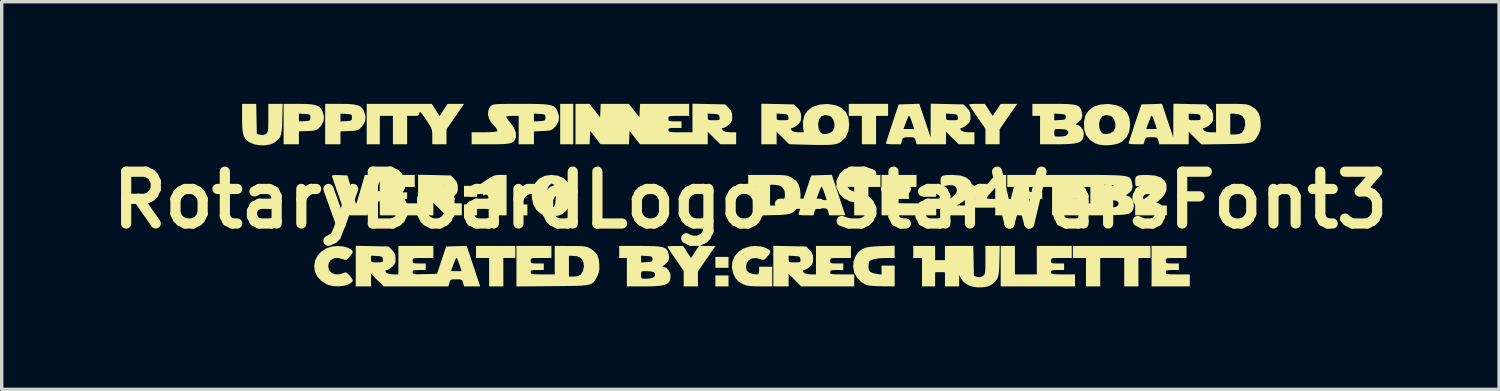
<source format=kicad_pcb>
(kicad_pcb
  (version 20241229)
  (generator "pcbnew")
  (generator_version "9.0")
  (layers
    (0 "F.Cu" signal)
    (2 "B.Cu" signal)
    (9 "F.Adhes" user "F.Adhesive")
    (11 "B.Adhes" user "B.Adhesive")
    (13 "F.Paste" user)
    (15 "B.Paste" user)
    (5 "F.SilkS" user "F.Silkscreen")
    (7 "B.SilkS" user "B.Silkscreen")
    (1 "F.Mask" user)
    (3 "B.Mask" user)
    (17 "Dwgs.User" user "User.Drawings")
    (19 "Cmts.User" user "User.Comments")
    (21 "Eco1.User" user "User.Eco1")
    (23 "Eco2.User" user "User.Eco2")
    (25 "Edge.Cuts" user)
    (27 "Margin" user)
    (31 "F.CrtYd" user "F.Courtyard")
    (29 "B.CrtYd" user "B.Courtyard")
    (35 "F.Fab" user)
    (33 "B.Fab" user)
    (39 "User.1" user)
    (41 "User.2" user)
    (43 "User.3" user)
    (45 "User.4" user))
  (footprint "RotaryBoardLogo-StarWarsFont3"
    (layer "F.Cu")
    (at 19.021 2.834)
    (property "Reference" "RotaryBoardLogo-StarWarsFont3" (at 0 0 0) (layer "F.SilkS") (effects (font (size 1.524 1.524) (thickness 0.3))))
    (attr board_only exclude_from_pos_files exclude_from_bom)
    (fp_poly (pts (xy -8.038 -0.096) (xy -8.424 -0.096) (xy -8.424 -0.418) (xy -8.038 -0.418)) (stroke (width 0) (type solid)) (fill yes) (layer "F.SilkS"))
    (fp_poly (pts (xy -8.038 0.45) (xy -8.424 0.45) (xy -8.424 0.129) (xy -8.038 0.129)) (stroke (width 0) (type solid)) (fill yes) (layer "F.SilkS"))
    (fp_poly (pts (xy -6.559 0.45) (xy -6.945 0.45) (xy -6.945 0.129) (xy -6.559 0.129)) (stroke (width 0) (type solid)) (fill yes) (layer "F.SilkS"))
    (fp_poly (pts (xy -5.209 -1.64) (xy -5.594 -1.64) (xy -5.594 -2.829) (xy -5.209 -2.829)) (stroke (width 0) (type solid)) (fill yes) (layer "F.SilkS"))
    (fp_poly (pts (xy -0.643 1.993) (xy -1.029 1.993) (xy -1.029 1.672) (xy -0.643 1.672)) (stroke (width 0) (type solid)) (fill yes) (layer "F.SilkS"))
    (fp_poly (pts (xy -0.643 2.54) (xy -1.029 2.54) (xy -1.029 2.218) (xy -0.643 2.218)) (stroke (width 0) (type solid)) (fill yes) (layer "F.SilkS"))
    (fp_poly (pts (xy 5.466 -0.096) (xy 5.08 -0.096) (xy 5.08 -0.418) (xy 5.466 -0.418)) (stroke (width 0) (type solid)) (fill yes) (layer "F.SilkS"))
    (fp_poly (pts (xy 5.466 0.45) (xy 5.08 0.45) (xy 5.08 0.129) (xy 5.466 0.129)) (stroke (width 0) (type solid)) (fill yes) (layer "F.SilkS"))
    (fp_poly (pts (xy -6.913 1.704) (xy -7.266 1.704) (xy -7.266 2.54) (xy -7.684 2.54) (xy -7.684 1.704) (xy -8.07 1.704) (xy -8.07 1.35) (xy -6.913 1.35)) (stroke (width 0) (type solid)) (fill yes) (layer "F.SilkS"))
    (fp_poly (pts (xy 3.826 -0.386) (xy 3.472 -0.386) (xy 3.472 0.45) (xy 3.054 0.45) (xy 3.054 -0.386) (xy 2.669 -0.386) (xy 2.669 -0.739) (xy 3.826 -0.739)) (stroke (width 0) (type solid)) (fill yes) (layer "F.SilkS"))
    (fp_poly (pts (xy 4.051 -2.476) (xy 3.697 -2.476) (xy 3.697 -1.64) (xy 3.279 -1.64) (xy 3.279 -2.476) (xy 2.894 -2.476) (xy 2.894 -2.829) (xy 4.051 -2.829)) (stroke (width 0) (type solid)) (fill yes) (layer "F.SilkS"))
    (fp_poly (pts (xy 11.768 1.704) (xy 11.414 1.704) (xy 11.414 2.54) (xy 10.996 2.54) (xy 10.996 1.704) (xy 10.289 1.704) (xy 10.289 2.54) (xy 9.871 2.54) (xy 9.871 1.704) (xy 9.485 1.704) (xy 9.485 1.35) (xy 11.768 1.35)) (stroke (width 0) (type solid)) (fill yes) (layer "F.SilkS"))
    (fp_poly (pts (xy -1.285 1.726) (xy -1.543 2.101) (xy -1.543 2.54) (xy -1.961 2.54) (xy -1.961 2.083) (xy -2.202 1.734) (xy -2.292 1.604) (xy -2.366 1.492) (xy -2.419 1.411) (xy -2.443 1.37) (xy -2.444 1.368) (xy -2.414 1.359) (xy -2.336 1.353) (xy -2.226 1.351) (xy -2.21 1.351) (xy -1.977 1.351) (xy -1.862 1.529) (xy -1.747 1.706) (xy -1.629 1.528) (xy -1.51 1.35) (xy -1.026 1.35)) (stroke (width 0) (type solid)) (fill yes) (layer "F.SilkS"))
    (fp_poly (pts (xy 7.589 -2.454) (xy 7.331 -2.079) (xy 7.331 -1.64) (xy 6.913 -1.64) (xy 6.913 -2.097) (xy 6.672 -2.446) (xy 6.582 -2.576) (xy 6.508 -2.687) (xy 6.455 -2.768) (xy 6.431 -2.809) (xy 6.43 -2.812) (xy 6.46 -2.82) (xy 6.538 -2.826) (xy 6.648 -2.829) (xy 6.663 -2.829) (xy 6.897 -2.829) (xy 7.012 -2.651) (xy 7.127 -2.473) (xy 7.245 -2.651) (xy 7.363 -2.829) (xy 7.848 -2.829)) (stroke (width 0) (type solid)) (fill yes) (layer "F.SilkS"))
    (fp_poly (pts (xy -7.17 0.45) (xy -7.588 0.45) (xy -7.588 0.08) (xy -7.589 -0.065) (xy -7.593 -0.184) (xy -7.599 -0.263) (xy -7.606 -0.289) (xy -7.641 -0.272) (xy -7.706 -0.227) (xy -7.734 -0.205) (xy -7.844 -0.122) (xy -7.909 -0.272) (xy -7.946 -0.361) (xy -7.969 -0.421) (xy -7.974 -0.436) (xy -7.949 -0.459) (xy -7.883 -0.507) (xy -7.789 -0.573) (xy -7.757 -0.594) (xy -7.641 -0.669) (xy -7.555 -0.712) (xy -7.475 -0.733) (xy -7.381 -0.739) (xy -7.355 -0.739) (xy -7.17 -0.739)) (stroke (width 0) (type solid)) (fill yes) (layer "F.SilkS"))
    (fp_poly (pts (xy 4.887 -0.386) (xy 4.582 -0.386) (xy 4.44 -0.385) (xy 4.351 -0.381) (xy 4.302 -0.371) (xy 4.281 -0.352) (xy 4.276 -0.319) (xy 4.276 -0.305) (xy 4.28 -0.261) (xy 4.303 -0.237) (xy 4.358 -0.227) (xy 4.462 -0.225) (xy 4.469 -0.225) (xy 4.662 -0.225) (xy 4.662 -0.032) (xy 4.469 -0.032) (xy 4.361 -0.03) (xy 4.303 -0.019) (xy 4.28 0.004) (xy 4.276 0.032) (xy 4.28 0.06) (xy 4.3 0.079) (xy 4.346 0.09) (xy 4.43 0.095) (xy 4.563 0.096) (xy 4.63 0.096) (xy 4.984 0.096) (xy 4.984 0.45) (xy 3.858 0.45) (xy 3.858 -0.739) (xy 4.887 -0.739)) (stroke (width 0) (type solid)) (fill yes) (layer "F.SilkS"))
    (fp_poly (pts (xy 12.829 1.704) (xy 12.523 1.704) (xy 12.382 1.705) (xy 12.292 1.708) (xy 12.243 1.719) (xy 12.223 1.738) (xy 12.218 1.771) (xy 12.218 1.784) (xy 12.222 1.829) (xy 12.244 1.853) (xy 12.3 1.863) (xy 12.404 1.865) (xy 12.411 1.865) (xy 12.604 1.865) (xy 12.604 2.058) (xy 12.411 2.058) (xy 12.303 2.06) (xy 12.245 2.07) (xy 12.221 2.094) (xy 12.218 2.122) (xy 12.222 2.15) (xy 12.241 2.169) (xy 12.288 2.179) (xy 12.372 2.185) (xy 12.505 2.186) (xy 12.571 2.186) (xy 12.925 2.186) (xy 12.925 2.54) (xy 11.8 2.54) (xy 11.8 1.35) (xy 12.829 1.35)) (stroke (width 0) (type solid)) (fill yes) (layer "F.SilkS"))
    (fp_poly (pts (xy -8.938 -2.079) (xy -8.938 -1.64) (xy -9.356 -1.64) (xy -9.356 -1.867) (xy -9.358 -1.972) (xy -9.366 -2.05) (xy -9.389 -2.12) (xy -9.431 -2.2) (xy -9.501 -2.308) (xy -9.541 -2.366) (xy -9.624 -2.487) (xy -9.679 -2.559) (xy -9.712 -2.589) (xy -9.729 -2.584) (xy -9.736 -2.557) (xy -9.747 -2.51) (xy -9.777 -2.486) (xy -9.841 -2.477) (xy -9.921 -2.476) (xy -10.096 -2.476) (xy -10.096 -1.64) (xy -10.514 -1.64) (xy -10.514 -2.476) (xy -10.899 -2.476) (xy -10.899 -1.64) (xy -11.285 -1.64) (xy -11.285 -2.829) (xy -9.372 -2.829) (xy -9.142 -2.473) (xy -9.024 -2.651) (xy -8.905 -2.829) (xy -8.421 -2.829)) (stroke (width 0) (type solid)) (fill yes) (layer "F.SilkS"))
    (fp_poly (pts (xy -13.071 -2.826) (xy -12.905 -2.814) (xy -12.783 -2.79) (xy -12.697 -2.752) (xy -12.635 -2.696) (xy -12.59 -2.621) (xy -12.541 -2.462) (xy -12.553 -2.319) (xy -12.628 -2.186) (xy -12.649 -2.162) (xy -12.707 -2.103) (xy -12.757 -2.066) (xy -12.82 -2.046) (xy -12.914 -2.036) (xy -13.019 -2.031) (xy -13.279 -2.019) (xy -13.279 -1.64) (xy -13.729 -1.64) (xy -13.729 -2.543) (xy -13.279 -2.543) (xy -13.279 -2.312) (xy -13.11 -2.321) (xy -13.012 -2.329) (xy -12.962 -2.344) (xy -12.944 -2.377) (xy -12.941 -2.427) (xy -12.945 -2.484) (xy -12.967 -2.514) (xy -13.023 -2.527) (xy -13.11 -2.534) (xy -13.279 -2.543) (xy -13.729 -2.543) (xy -13.729 -2.829) (xy -13.292 -2.829)) (stroke (width 0) (type solid)) (fill yes) (layer "F.SilkS"))
    (fp_poly (pts (xy -11.849 -2.826) (xy -11.683 -2.814) (xy -11.562 -2.79) (xy -11.475 -2.752) (xy -11.414 -2.696) (xy -11.368 -2.621) (xy -11.319 -2.462) (xy -11.331 -2.319) (xy -11.406 -2.186) (xy -11.427 -2.162) (xy -11.485 -2.103) (xy -11.536 -2.066) (xy -11.599 -2.046) (xy -11.693 -2.036) (xy -11.797 -2.031) (xy -12.057 -2.019) (xy -12.057 -1.64) (xy -12.507 -1.64) (xy -12.507 -2.543) (xy -12.057 -2.543) (xy -12.057 -2.312) (xy -11.888 -2.321) (xy -11.79 -2.329) (xy -11.74 -2.344) (xy -11.722 -2.377) (xy -11.719 -2.427) (xy -11.723 -2.484) (xy -11.745 -2.514) (xy -11.801 -2.527) (xy -11.888 -2.534) (xy -12.057 -2.543) (xy -12.507 -2.543) (xy -12.507 -2.829) (xy -12.07 -2.829)) (stroke (width 0) (type solid)) (fill yes) (layer "F.SilkS"))
    (fp_poly (pts (xy 7.781 2.186) (xy 8.424 2.186) (xy 8.424 1.35) (xy 9.453 1.35) (xy 9.453 1.704) (xy 9.147 1.704) (xy 9.006 1.705) (xy 8.916 1.708) (xy 8.867 1.719) (xy 8.847 1.738) (xy 8.842 1.771) (xy 8.842 1.784) (xy 8.846 1.829) (xy 8.868 1.853) (xy 8.924 1.863) (xy 9.028 1.865) (xy 9.035 1.865) (xy 9.228 1.865) (xy 9.228 2.058) (xy 9.035 2.058) (xy 8.927 2.06) (xy 8.869 2.07) (xy 8.845 2.094) (xy 8.842 2.122) (xy 8.846 2.15) (xy 8.865 2.169) (xy 8.912 2.179) (xy 8.996 2.185) (xy 9.129 2.186) (xy 9.195 2.186) (xy 9.549 2.186) (xy 9.549 2.54) (xy 7.363 2.54) (xy 7.363 1.35) (xy 7.781 1.35)) (stroke (width 0) (type solid)) (fill yes) (layer "F.SilkS"))
    (fp_poly (pts (xy -14.526 -2.39) (xy -14.517 -1.95) (xy -14.427 -1.921) (xy -14.335 -1.91) (xy -14.258 -1.943) (xy -14.226 -1.967) (xy -14.204 -1.995) (xy -14.19 -2.041) (xy -14.183 -2.115) (xy -14.18 -2.228) (xy -14.179 -2.394) (xy -14.179 -2.412) (xy -14.179 -2.829) (xy -13.756 -2.829) (xy -13.767 -2.381) (xy -13.773 -2.182) (xy -13.785 -2.034) (xy -13.806 -1.926) (xy -13.84 -1.845) (xy -13.892 -1.779) (xy -13.966 -1.715) (xy -13.998 -1.691) (xy -14.11 -1.639) (xy -14.259 -1.612) (xy -14.424 -1.612) (xy -14.581 -1.637) (xy -14.691 -1.678) (xy -14.786 -1.735) (xy -14.854 -1.801) (xy -14.901 -1.885) (xy -14.931 -1.999) (xy -14.946 -2.153) (xy -14.951 -2.359) (xy -14.951 -2.403) (xy -14.951 -2.829) (xy -14.534 -2.829)) (stroke (width 0) (type solid)) (fill yes) (layer "F.SilkS"))
    (fp_poly (pts (xy 4.244 1.704) (xy 3.995 1.704) (xy 3.796 1.712) (xy 3.641 1.736) (xy 3.537 1.774) (xy 3.499 1.808) (xy 3.482 1.866) (xy 3.473 1.954) (xy 3.473 1.968) (xy 3.483 2.054) (xy 3.523 2.111) (xy 3.604 2.148) (xy 3.726 2.173) (xy 3.858 2.195) (xy 3.858 1.929) (xy 4.244 1.929) (xy 4.244 2.54) (xy 3.882 2.537) (xy 3.726 2.533) (xy 3.584 2.525) (xy 3.475 2.512) (xy 3.424 2.501) (xy 3.263 2.414) (xy 3.139 2.288) (xy 3.057 2.134) (xy 3.022 1.965) (xy 3.036 1.793) (xy 3.105 1.631) (xy 3.132 1.593) (xy 3.204 1.508) (xy 3.28 1.447) (xy 3.373 1.405) (xy 3.495 1.379) (xy 3.657 1.364) (xy 3.834 1.356) (xy 4.244 1.344)) (stroke (width 0) (type solid)) (fill yes) (layer "F.SilkS"))
    (fp_poly (pts (xy 2.594 -0.146) (xy 2.792 0.45) (xy 2.317 0.45) (xy 2.29 0.346) (xy 2.27 0.285) (xy 2.241 0.254) (xy 2.182 0.243) (xy 2.089 0.241) (xy 1.988 0.243) (xy 1.933 0.257) (xy 1.904 0.29) (xy 1.885 0.346) (xy 1.856 0.45) (xy 1.635 0.45) (xy 1.525 0.447) (xy 1.447 0.438) (xy 1.415 0.426) (xy 1.415 0.425) (xy 1.424 0.388) (xy 1.451 0.3) (xy 1.493 0.172) (xy 1.545 0.012) (xy 1.549 0) (xy 1.931 0) (xy 2.245 0) (xy 2.177 -0.209) (xy 2.141 -0.309) (xy 2.109 -0.375) (xy 2.089 -0.394) (xy 2.089 -0.394) (xy 2.067 -0.353) (xy 2.033 -0.27) (xy 2 -0.185) (xy 1.931 0) (xy 1.549 0) (xy 1.602 -0.161) (xy 1.79 -0.723) (xy 2.093 -0.733) (xy 2.396 -0.742)) (stroke (width 0) (type solid)) (fill yes) (layer "F.SilkS"))
    (fp_poly (pts (xy 7.524 -0.032) (xy 7.62 -0.032) (xy 7.682 -0.027) (xy 7.709 0.000448) (xy 7.716 0.069) (xy 7.716 0.096) (xy 7.713 0.179) (xy 7.692 0.216) (xy 7.641 0.225) (xy 7.62 0.225) (xy 7.555 0.231) (xy 7.529 0.263) (xy 7.524 0.338) (xy 7.524 0.45) (xy 7.202 0.45) (xy 7.202 0.225) (xy 6.591 0.225) (xy 6.591 0.088) (xy 6.594 0.031) (xy 6.607 -0.021) (xy 6.626 -0.056) (xy 6.946 -0.056) (xy 6.974 -0.041) (xy 7.044 -0.033) (xy 7.073 -0.032) (xy 7.202 -0.032) (xy 7.202 -0.362) (xy 7.075 -0.221) (xy 7.006 -0.142) (xy 6.96 -0.081) (xy 6.946 -0.056) (xy 6.626 -0.056) (xy 6.637 -0.078) (xy 6.69 -0.151) (xy 6.773 -0.25) (xy 6.893 -0.386) (xy 6.9 -0.394) (xy 7.209 -0.739) (xy 7.524 -0.739)) (stroke (width 0) (type solid)) (fill yes) (layer "F.SilkS"))
    (fp_poly (pts (xy 6.179 -0.72) (xy 6.343 -0.667) (xy 6.455 -0.579) (xy 6.514 -0.459) (xy 6.517 -0.307) (xy 6.516 -0.3) (xy 6.469 -0.18) (xy 6.375 -0.057) (xy 6.248 0.052) (xy 6.173 0.098) (xy 6.061 0.158) (xy 6.294 0.159) (xy 6.527 0.161) (xy 6.527 0.45) (xy 5.594 0.45) (xy 5.594 0.281) (xy 5.597 0.182) (xy 5.614 0.123) (xy 5.659 0.081) (xy 5.746 0.032) (xy 5.907 -0.063) (xy 6.012 -0.149) (xy 6.066 -0.232) (xy 6.077 -0.293) (xy 6.05 -0.379) (xy 5.975 -0.429) (xy 5.857 -0.44) (xy 5.764 -0.426) (xy 5.677 -0.41) (xy 5.62 -0.409) (xy 5.611 -0.412) (xy 5.601 -0.452) (xy 5.595 -0.531) (xy 5.594 -0.564) (xy 5.599 -0.639) (xy 5.621 -0.689) (xy 5.669 -0.719) (xy 5.756 -0.734) (xy 5.892 -0.738) (xy 5.964 -0.738)) (stroke (width 0) (type solid)) (fill yes) (layer "F.SilkS"))
    (fp_poly (pts (xy 11.902 -0.72) (xy 12.066 -0.667) (xy 12.178 -0.579) (xy 12.237 -0.459) (xy 12.24 -0.307) (xy 12.239 -0.3) (xy 12.192 -0.18) (xy 12.098 -0.057) (xy 11.971 0.052) (xy 11.896 0.098) (xy 11.784 0.158) (xy 12.017 0.159) (xy 12.25 0.161) (xy 12.25 0.45) (xy 11.317 0.45) (xy 11.317 0.281) (xy 11.32 0.182) (xy 11.337 0.123) (xy 11.382 0.081) (xy 11.469 0.032) (xy 11.63 -0.063) (xy 11.735 -0.149) (xy 11.789 -0.232) (xy 11.8 -0.293) (xy 11.773 -0.379) (xy 11.698 -0.429) (xy 11.58 -0.44) (xy 11.487 -0.426) (xy 11.4 -0.41) (xy 11.343 -0.409) (xy 11.334 -0.412) (xy 11.324 -0.452) (xy 11.318 -0.531) (xy 11.317 -0.564) (xy 11.322 -0.639) (xy 11.344 -0.689) (xy 11.392 -0.719) (xy 11.479 -0.734) (xy 11.616 -0.738) (xy 11.687 -0.738)) (stroke (width 0) (type solid)) (fill yes) (layer "F.SilkS"))
    (fp_poly (pts (xy 0.506 -0.739) (xy 0.713 -0.738) (xy 0.867 -0.736) (xy 0.978 -0.73) (xy 1.058 -0.721) (xy 1.117 -0.707) (xy 1.167 -0.686) (xy 1.203 -0.667) (xy 1.332 -0.576) (xy 1.413 -0.471) (xy 1.457 -0.336) (xy 1.472 -0.2) (xy 1.474 -0.064) (xy 1.459 0.036) (xy 1.423 0.131) (xy 1.409 0.159) (xy 1.355 0.255) (xy 1.3 0.326) (xy 1.234 0.375) (xy 1.146 0.408) (xy 1.025 0.428) (xy 0.86 0.439) (xy 0.657 0.444) (xy 0.161 0.455) (xy 0.161 0.161) (xy 0.579 0.161) (xy 0.723 0.161) (xy 0.85 0.145) (xy 0.931 0.098) (xy 0.993 -0.004) (xy 1.019 -0.134) (xy 1.005 -0.264) (xy 0.995 -0.293) (xy 0.929 -0.385) (xy 0.82 -0.437) (xy 0.689 -0.45) (xy 0.579 -0.45) (xy 0.579 0.161) (xy 0.161 0.161) (xy 0.161 -0.386) (xy -0.064 -0.386) (xy -0.064 -0.739)) (stroke (width 0) (type solid)) (fill yes) (layer "F.SilkS"))
    (fp_poly (pts (xy 5.434 1.768) (xy 5.723 1.768) (xy 5.723 1.35) (xy 6.557 1.35) (xy 6.566 1.79) (xy 6.575 2.229) (xy 6.665 2.259) (xy 6.757 2.27) (xy 6.833 2.237) (xy 6.866 2.213) (xy 6.888 2.184) (xy 6.902 2.139) (xy 6.909 2.065) (xy 6.912 1.951) (xy 6.913 1.786) (xy 6.913 1.768) (xy 6.913 1.35) (xy 7.335 1.35) (xy 7.325 1.798) (xy 7.318 1.998) (xy 7.307 2.146) (xy 7.286 2.254) (xy 7.251 2.335) (xy 7.199 2.401) (xy 7.126 2.465) (xy 7.094 2.489) (xy 6.982 2.541) (xy 6.833 2.567) (xy 6.668 2.568) (xy 6.51 2.543) (xy 6.401 2.502) (xy 6.278 2.415) (xy 6.2 2.315) (xy 6.141 2.203) (xy 6.141 2.54) (xy 5.723 2.54) (xy 5.723 2.122) (xy 5.434 2.122) (xy 5.434 2.54) (xy 5.048 2.54) (xy 5.048 1.704) (xy 4.791 1.704) (xy 4.791 1.35) (xy 5.434 1.35)) (stroke (width 0) (type solid)) (fill yes) (layer "F.SilkS"))
    (fp_poly (pts (xy 0.313 1.366) (xy 0.458 1.408) (xy 0.56 1.473) (xy 0.57 1.485) (xy 0.587 1.523) (xy 0.571 1.57) (xy 0.515 1.644) (xy 0.503 1.658) (xy 0.436 1.73) (xy 0.39 1.761) (xy 0.345 1.758) (xy 0.308 1.743) (xy 0.171 1.706) (xy 0.044 1.717) (xy -0.055 1.775) (xy -0.059 1.778) (xy -0.109 1.866) (xy -0.128 1.971) (xy -0.112 2.063) (xy -0.104 2.077) (xy -0.033 2.137) (xy 0.074 2.176) (xy 0.159 2.186) (xy 0.225 2.18) (xy 0.252 2.149) (xy 0.257 2.074) (xy 0.257 1.961) (xy 0.643 1.961) (xy 0.643 2.54) (xy 0.281 2.539) (xy 0.101 2.536) (xy -0.03 2.527) (xy -0.128 2.509) (xy -0.207 2.48) (xy -0.209 2.48) (xy -0.342 2.402) (xy -0.434 2.301) (xy -0.497 2.178) (xy -0.544 1.994) (xy -0.532 1.819) (xy -0.468 1.661) (xy -0.357 1.528) (xy -0.205 1.427) (xy -0.019 1.366) (xy 0.138 1.351)) (stroke (width 0) (type solid)) (fill yes) (layer "F.SilkS"))
    (fp_poly (pts (xy 10.561 -2.822) (xy 10.78 -2.786) (xy 10.95 -2.708) (xy 11.072 -2.587) (xy 11.145 -2.425) (xy 11.17 -2.221) (xy 11.17 -2.218) (xy 11.144 -2.015) (xy 11.066 -1.848) (xy 10.938 -1.721) (xy 10.924 -1.711) (xy 10.792 -1.653) (xy 10.624 -1.619) (xy 10.441 -1.609) (xy 10.269 -1.627) (xy 10.143 -1.666) (xy 9.985 -1.771) (xy 9.875 -1.911) (xy 9.821 -2.074) (xy 9.815 -2.222) (xy 10.256 -2.222) (xy 10.273 -2.08) (xy 10.324 -1.989) (xy 10.385 -1.95) (xy 10.484 -1.941) (xy 10.593 -1.968) (xy 10.678 -2.024) (xy 10.682 -2.029) (xy 10.731 -2.13) (xy 10.737 -2.247) (xy 10.705 -2.359) (xy 10.64 -2.447) (xy 10.588 -2.478) (xy 10.46 -2.501) (xy 10.358 -2.467) (xy 10.288 -2.383) (xy 10.257 -2.252) (xy 10.256 -2.222) (xy 9.815 -2.222) (xy 9.812 -2.297) (xy 9.855 -2.485) (xy 9.949 -2.634) (xy 10.089 -2.742) (xy 10.275 -2.806) (xy 10.503 -2.825)) (stroke (width 0) (type solid)) (fill yes) (layer "F.SilkS"))
    (fp_poly (pts (xy -11.969 1.366) (xy -11.824 1.408) (xy -11.722 1.473) (xy -11.712 1.485) (xy -11.695 1.523) (xy -11.711 1.57) (xy -11.767 1.644) (xy -11.78 1.658) (xy -11.846 1.73) (xy -11.892 1.761) (xy -11.937 1.758) (xy -11.974 1.743) (xy -12.116 1.703) (xy -12.242 1.711) (xy -12.341 1.764) (xy -12.402 1.855) (xy -12.417 1.945) (xy -12.391 2.063) (xy -12.318 2.144) (xy -12.211 2.186) (xy -12.08 2.182) (xy -11.974 2.147) (xy -11.919 2.128) (xy -11.876 2.136) (xy -11.825 2.181) (xy -11.78 2.232) (xy -11.717 2.311) (xy -11.695 2.362) (xy -11.707 2.4) (xy -11.712 2.405) (xy -11.804 2.473) (xy -11.939 2.518) (xy -12.098 2.538) (xy -12.263 2.532) (xy -12.415 2.497) (xy -12.459 2.479) (xy -12.627 2.373) (xy -12.744 2.242) (xy -12.81 2.095) (xy -12.829 1.94) (xy -12.804 1.787) (xy -12.736 1.645) (xy -12.628 1.521) (xy -12.482 1.425) (xy -12.302 1.366) (xy -12.144 1.351)) (stroke (width 0) (type solid)) (fill yes) (layer "F.SilkS"))
    (fp_poly (pts (xy -5.655 -0.715) (xy -5.491 -0.64) (xy -5.369 -0.518) (xy -5.291 -0.348) (xy -5.276 -0.292) (xy -5.258 -0.076) (xy -5.297 0.119) (xy -5.392 0.286) (xy -5.509 0.399) (xy -5.623 0.452) (xy -5.772 0.477) (xy -5.932 0.475) (xy -6.08 0.444) (xy -6.155 0.411) (xy -6.289 0.297) (xy -6.381 0.14) (xy -6.427 -0.05) (xy -6.43 -0.129) (xy -6.421 -0.203) (xy -5.985 -0.203) (xy -5.982 -0.076) (xy -5.96 0.046) (xy -5.924 0.147) (xy -5.875 0.211) (xy -5.835 0.225) (xy -5.785 0.2) (xy -5.756 0.163) (xy -5.74 0.1) (xy -5.728 -0.004) (xy -5.723 -0.128) (xy -5.723 -0.129) (xy -5.732 -0.295) (xy -5.759 -0.412) (xy -5.8 -0.475) (xy -5.853 -0.483) (xy -5.916 -0.43) (xy -5.93 -0.411) (xy -5.969 -0.32) (xy -5.985 -0.203) (xy -6.421 -0.203) (xy -6.404 -0.333) (xy -6.329 -0.502) (xy -6.21 -0.629) (xy -6.051 -0.71) (xy -5.86 -0.739) (xy -5.859 -0.739)) (stroke (width 0) (type solid)) (fill yes) (layer "F.SilkS"))
    (fp_poly (pts (xy -3.002 1.352) (xy -2.815 1.357) (xy -2.675 1.368) (xy -2.574 1.388) (xy -2.505 1.418) (xy -2.459 1.46) (xy -2.427 1.517) (xy -2.411 1.561) (xy -2.388 1.699) (xy -2.422 1.81) (xy -2.514 1.896) (xy -2.517 1.898) (xy -2.577 1.94) (xy -2.579 1.959) (xy -2.563 1.961) (xy -2.484 1.989) (xy -2.41 2.06) (xy -2.36 2.152) (xy -2.347 2.219) (xy -2.355 2.321) (xy -2.384 2.4) (xy -2.442 2.458) (xy -2.534 2.498) (xy -2.669 2.523) (xy -2.852 2.536) (xy -3.092 2.54) (xy -3.117 2.54) (xy -3.633 2.54) (xy -3.633 2.202) (xy -3.215 2.202) (xy -3.212 2.271) (xy -3.192 2.304) (xy -3.136 2.314) (xy -3.068 2.315) (xy -2.964 2.308) (xy -2.879 2.29) (xy -2.859 2.282) (xy -2.807 2.228) (xy -2.804 2.165) (xy -2.85 2.117) (xy -2.87 2.11) (xy -2.948 2.098) (xy -3.053 2.091) (xy -3.079 2.09) (xy -3.164 2.093) (xy -3.204 2.111) (xy -3.215 2.16) (xy -3.215 2.202) (xy -3.633 2.202) (xy -3.633 1.704) (xy -3.858 1.704) (xy -3.858 1.636) (xy -3.215 1.636) (xy -3.215 1.836) (xy -3.046 1.826) (xy -2.948 1.818) (xy -2.898 1.802) (xy -2.88 1.77) (xy -2.878 1.736) (xy -2.883 1.689) (xy -2.91 1.663) (xy -2.975 1.651) (xy -3.046 1.646) (xy -3.215 1.636) (xy -3.858 1.636) (xy -3.858 1.35) (xy -3.246 1.35)) (stroke (width 0) (type solid)) (fill yes) (layer "F.SilkS"))
    (fp_poly (pts (xy 9.151 -2.828) (xy 9.339 -2.823) (xy 9.479 -2.811) (xy 9.579 -2.792) (xy 9.648 -2.762) (xy 9.694 -2.72) (xy 9.726 -2.663) (xy 9.742 -2.619) (xy 9.765 -2.48) (xy 9.732 -2.37) (xy 9.64 -2.284) (xy 9.637 -2.282) (xy 9.577 -2.24) (xy 9.575 -2.22) (xy 9.591 -2.219) (xy 9.67 -2.19) (xy 9.743 -2.12) (xy 9.794 -2.028) (xy 9.806 -1.961) (xy 9.798 -1.858) (xy 9.769 -1.78) (xy 9.712 -1.722) (xy 9.619 -1.682) (xy 9.485 -1.657) (xy 9.301 -1.644) (xy 9.061 -1.64) (xy 9.036 -1.64) (xy 8.52 -1.64) (xy 8.52 -1.977) (xy 8.938 -1.977) (xy 8.941 -1.909) (xy 8.962 -1.876) (xy 9.017 -1.866) (xy 9.085 -1.865) (xy 9.189 -1.872) (xy 9.274 -1.89) (xy 9.294 -1.898) (xy 9.347 -1.952) (xy 9.35 -2.015) (xy 9.304 -2.062) (xy 9.284 -2.07) (xy 9.205 -2.082) (xy 9.101 -2.089) (xy 9.075 -2.089) (xy 8.989 -2.087) (xy 8.95 -2.069) (xy 8.939 -2.02) (xy 8.938 -1.977) (xy 8.52 -1.977) (xy 8.52 -2.476) (xy 8.295 -2.476) (xy 8.295 -2.543) (xy 8.938 -2.543) (xy 8.938 -2.344) (xy 9.107 -2.353) (xy 9.206 -2.362) (xy 9.256 -2.378) (xy 9.274 -2.41) (xy 9.276 -2.444) (xy 9.27 -2.491) (xy 9.243 -2.516) (xy 9.178 -2.529) (xy 9.107 -2.534) (xy 8.938 -2.543) (xy 8.295 -2.543) (xy 8.295 -2.829) (xy 8.908 -2.829)) (stroke (width 0) (type solid)) (fill yes) (layer "F.SilkS"))
    (fp_poly (pts (xy -5.852 1.704) (xy -6.157 1.704) (xy -6.299 1.705) (xy -6.388 1.708) (xy -6.437 1.719) (xy -6.458 1.738) (xy -6.462 1.771) (xy -6.463 1.784) (xy -6.458 1.829) (xy -6.436 1.853) (xy -6.38 1.863) (xy -6.276 1.865) (xy -6.27 1.865) (xy -6.077 1.865) (xy -6.077 2.058) (xy -6.27 2.058) (xy -6.377 2.06) (xy -6.436 2.07) (xy -6.459 2.094) (xy -6.463 2.122) (xy -6.458 2.15) (xy -6.439 2.169) (xy -6.393 2.179) (xy -6.308 2.185) (xy -6.176 2.186) (xy -6.109 2.186) (xy -5.755 2.186) (xy -5.755 1.35) (xy -5.297 1.351) (xy -5.112 1.352) (xy -4.979 1.356) (xy -4.884 1.364) (xy -4.814 1.378) (xy -4.758 1.4) (xy -4.713 1.423) (xy -4.584 1.514) (xy -4.503 1.618) (xy -4.458 1.754) (xy -4.444 1.89) (xy -4.442 2.026) (xy -4.457 2.126) (xy -4.493 2.221) (xy -4.507 2.249) (xy -4.545 2.32) (xy -4.58 2.378) (xy -4.619 2.424) (xy -4.669 2.459) (xy -4.738 2.485) (xy -4.831 2.503) (xy -4.956 2.516) (xy -5.12 2.524) (xy -5.329 2.528) (xy -5.591 2.531) (xy -5.822 2.533) (xy -6.881 2.542) (xy -6.881 2.251) (xy -5.337 2.251) (xy -5.193 2.251) (xy -5.066 2.235) (xy -4.985 2.188) (xy -4.923 2.086) (xy -4.897 1.956) (xy -4.911 1.825) (xy -4.921 1.797) (xy -4.987 1.704) (xy -5.095 1.653) (xy -5.227 1.64) (xy -5.337 1.64) (xy -5.337 2.251) (xy -6.881 2.251) (xy -6.881 1.35) (xy -5.852 1.35)) (stroke (width 0) (type solid)) (fill yes) (layer "F.SilkS"))
    (fp_poly (pts (xy 1.157 1.356) (xy 1.639 1.366) (xy 1.741 1.468) (xy 1.809 1.551) (xy 1.839 1.636) (xy 1.846 1.72) (xy 1.841 1.822) (xy 1.813 1.891) (xy 1.749 1.959) (xy 1.744 1.964) (xy 1.669 2.022) (xy 1.606 2.055) (xy 1.591 2.058) (xy 1.549 2.072) (xy 1.543 2.083) (xy 1.573 2.139) (xy 1.656 2.175) (xy 1.775 2.186) (xy 1.929 2.186) (xy 1.929 1.35) (xy 2.958 1.35) (xy 2.958 1.704) (xy 2.653 1.704) (xy 2.511 1.705) (xy 2.422 1.708) (xy 2.373 1.719) (xy 2.352 1.738) (xy 2.347 1.771) (xy 2.347 1.784) (xy 2.351 1.829) (xy 2.373 1.853) (xy 2.429 1.863) (xy 2.533 1.865) (xy 2.54 1.865) (xy 2.733 1.865) (xy 2.733 2.058) (xy 2.54 2.058) (xy 2.432 2.06) (xy 2.374 2.07) (xy 2.351 2.094) (xy 2.347 2.122) (xy 2.351 2.15) (xy 2.371 2.169) (xy 2.417 2.179) (xy 2.501 2.185) (xy 2.634 2.186) (xy 2.701 2.186) (xy 3.054 2.186) (xy 3.054 2.54) (xy 1.497 2.54) (xy 1.311 2.356) (xy 1.125 2.172) (xy 1.125 2.54) (xy 0.675 2.54) (xy 0.675 1.636) (xy 1.125 1.636) (xy 1.125 1.735) (xy 1.128 1.79) (xy 1.147 1.82) (xy 1.198 1.831) (xy 1.296 1.833) (xy 1.304 1.833) (xy 1.406 1.831) (xy 1.458 1.821) (xy 1.476 1.796) (xy 1.473 1.746) (xy 1.473 1.744) (xy 1.462 1.692) (xy 1.433 1.664) (xy 1.368 1.651) (xy 1.294 1.646) (xy 1.125 1.636) (xy 0.675 1.636) (xy 0.675 1.346)) (stroke (width 0) (type solid)) (fill yes) (layer "F.SilkS"))
    (fp_poly (pts (xy -6.476 -2.829) (xy -6.255 -2.825) (xy -6.083 -2.818) (xy -5.952 -2.805) (xy -5.857 -2.786) (xy -5.789 -2.758) (xy -5.74 -2.72) (xy -5.704 -2.671) (xy -5.677 -2.621) (xy -5.628 -2.462) (xy -5.641 -2.319) (xy -5.715 -2.186) (xy -5.736 -2.162) (xy -5.794 -2.103) (xy -5.845 -2.066) (xy -5.908 -2.046) (xy -6.002 -2.036) (xy -6.106 -2.031) (xy -6.366 -2.019) (xy -6.366 -1.64) (xy -6.816 -1.64) (xy -6.816 -2.476) (xy -6.988 -2.476) (xy -7.087 -2.472) (xy -7.159 -2.463) (xy -7.18 -2.455) (xy -7.171 -2.423) (xy -7.128 -2.358) (xy -7.072 -2.29) (xy -6.956 -2.13) (xy -6.897 -1.98) (xy -6.898 -1.846) (xy -6.91 -1.806) (xy -6.94 -1.75) (xy -6.981 -1.708) (xy -7.043 -1.678) (xy -7.135 -1.658) (xy -7.265 -1.646) (xy -7.443 -1.641) (xy -7.654 -1.64) (xy -8.199 -1.64) (xy -8.199 -1.993) (xy -7.831 -1.993) (xy -7.655 -1.997) (xy -7.528 -2.005) (xy -7.455 -2.02) (xy -7.441 -2.028) (xy -7.449 -2.07) (xy -7.493 -2.137) (xy -7.532 -2.181) (xy -7.632 -2.297) (xy -7.69 -2.397) (xy -7.714 -2.501) (xy -7.716 -2.543) (xy -6.366 -2.543) (xy -6.366 -2.312) (xy -6.197 -2.321) (xy -6.099 -2.329) (xy -6.049 -2.344) (xy -6.031 -2.377) (xy -6.028 -2.427) (xy -6.032 -2.484) (xy -6.054 -2.514) (xy -6.11 -2.527) (xy -6.197 -2.534) (xy -6.366 -2.543) (xy -7.716 -2.543) (xy -7.716 -2.564) (xy -7.698 -2.681) (xy -7.642 -2.759) (xy -7.617 -2.781) (xy -7.588 -2.797) (xy -7.547 -2.81) (xy -7.485 -2.818) (xy -7.395 -2.824) (xy -7.269 -2.827) (xy -7.099 -2.829) (xy -6.875 -2.829) (xy -6.755 -2.829)) (stroke (width 0) (type solid)) (fill yes) (layer "F.SilkS"))
    (fp_poly (pts (xy 5.787 -2.824) (xy 6.269 -2.813) (xy 6.37 -2.711) (xy 6.439 -2.629) (xy 6.469 -2.544) (xy 6.475 -2.46) (xy 6.471 -2.358) (xy 6.443 -2.289) (xy 6.379 -2.221) (xy 6.374 -2.216) (xy 6.298 -2.158) (xy 6.236 -2.125) (xy 6.221 -2.122) (xy 6.178 -2.108) (xy 6.173 -2.096) (xy 6.203 -2.04) (xy 6.289 -2.005) (xy 6.421 -1.993) (xy 6.591 -1.993) (xy 6.591 -1.64) (xy 6.127 -1.64) (xy 5.755 -2.007) (xy 5.755 -1.64) (xy 4.889 -1.64) (xy 4.862 -1.744) (xy 4.843 -1.805) (xy 4.813 -1.836) (xy 4.755 -1.847) (xy 4.661 -1.849) (xy 4.56 -1.846) (xy 4.505 -1.833) (xy 4.476 -1.799) (xy 4.458 -1.744) (xy 4.428 -1.64) (xy 4.207 -1.64) (xy 4.098 -1.643) (xy 4.019 -1.652) (xy 3.987 -1.664) (xy 3.987 -1.665) (xy 3.997 -1.702) (xy 4.024 -1.789) (xy 4.065 -1.918) (xy 4.117 -2.078) (xy 4.121 -2.09) (xy 4.503 -2.09) (xy 4.817 -2.09) (xy 4.749 -2.299) (xy 4.713 -2.399) (xy 4.681 -2.465) (xy 4.662 -2.484) (xy 4.661 -2.484) (xy 4.64 -2.443) (xy 4.605 -2.36) (xy 4.572 -2.275) (xy 4.503 -2.09) (xy 4.121 -2.09) (xy 4.174 -2.251) (xy 4.362 -2.813) (xy 4.665 -2.822) (xy 4.968 -2.832) (xy 5.3 -1.849) (xy 5.303 -2.543) (xy 5.755 -2.543) (xy 5.755 -2.445) (xy 5.758 -2.389) (xy 5.777 -2.36) (xy 5.827 -2.349) (xy 5.926 -2.347) (xy 5.934 -2.347) (xy 6.036 -2.349) (xy 6.088 -2.358) (xy 6.106 -2.384) (xy 6.103 -2.434) (xy 6.103 -2.436) (xy 6.092 -2.487) (xy 6.062 -2.515) (xy 5.998 -2.528) (xy 5.924 -2.534) (xy 5.755 -2.543) (xy 5.303 -2.543) (xy 5.305 -2.834)) (stroke (width 0) (type solid)) (fill yes) (layer "F.SilkS"))
    (fp_poly (pts (xy -1.222 -2.824) (xy -0.741 -2.813) (xy -0.639 -2.711) (xy -0.57 -2.629) (xy -0.54 -2.544) (xy -0.534 -2.46) (xy -0.538 -2.358) (xy -0.566 -2.289) (xy -0.63 -2.221) (xy -0.636 -2.216) (xy -0.711 -2.158) (xy -0.773 -2.125) (xy -0.788 -2.122) (xy -0.831 -2.108) (xy -0.836 -2.096) (xy -0.806 -2.04) (xy -0.721 -2.005) (xy -0.588 -1.993) (xy -0.418 -1.993) (xy -0.418 -1.64) (xy -0.882 -1.64) (xy -1.254 -2.007) (xy -1.254 -1.64) (xy -3.247 -1.64) (xy -3.553 -2.034) (xy -3.572 -1.64) (xy -4.405 -1.64) (xy -4.71 -2.034) (xy -4.729 -1.64) (xy -5.144 -1.64) (xy -5.144 -2.829) (xy -4.731 -2.829) (xy -4.576 -2.632) (xy -4.421 -2.435) (xy -4.411 -2.632) (xy -4.402 -2.829) (xy -3.573 -2.829) (xy -3.418 -2.632) (xy -3.263 -2.435) (xy -3.254 -2.632) (xy -3.244 -2.829) (xy -1.801 -2.829) (xy -1.801 -2.476) (xy -2.106 -2.476) (xy -2.247 -2.475) (xy -2.337 -2.471) (xy -2.386 -2.461) (xy -2.407 -2.441) (xy -2.411 -2.409) (xy -2.411 -2.395) (xy -2.407 -2.351) (xy -2.385 -2.327) (xy -2.329 -2.317) (xy -2.225 -2.315) (xy -2.218 -2.315) (xy -2.026 -2.315) (xy -2.026 -2.122) (xy -2.218 -2.122) (xy -2.326 -2.12) (xy -2.384 -2.109) (xy -2.408 -2.086) (xy -2.411 -2.058) (xy -2.407 -2.03) (xy -2.388 -2.011) (xy -2.341 -2) (xy -2.257 -1.995) (xy -2.124 -1.993) (xy -2.058 -1.993) (xy -1.704 -1.993) (xy -1.704 -2.543) (xy -1.254 -2.543) (xy -1.254 -2.445) (xy -1.251 -2.389) (xy -1.232 -2.36) (xy -1.182 -2.349) (xy -1.084 -2.347) (xy -1.075 -2.347) (xy -0.973 -2.349) (xy -0.921 -2.358) (xy -0.904 -2.384) (xy -0.906 -2.434) (xy -0.906 -2.436) (xy -0.917 -2.487) (xy -0.947 -2.515) (xy -1.012 -2.528) (xy -1.085 -2.534) (xy -1.254 -2.543) (xy -1.704 -2.543) (xy -1.704 -2.834)) (stroke (width 0) (type solid)) (fill yes) (layer "F.SilkS"))
    (fp_poly (pts (xy 0.803 -2.824) (xy 1.285 -2.813) (xy 1.387 -2.711) (xy 1.455 -2.629) (xy 1.485 -2.544) (xy 1.492 -2.46) (xy 1.487 -2.358) (xy 1.46 -2.289) (xy 1.395 -2.221) (xy 1.39 -2.216) (xy 1.315 -2.158) (xy 1.252 -2.125) (xy 1.237 -2.122) (xy 1.195 -2.108) (xy 1.19 -2.096) (xy 1.219 -2.041) (xy 1.302 -2.005) (xy 1.419 -1.993) (xy 1.571 -1.993) (xy 1.553 -2.104) (xy 1.549 -2.222) (xy 1.993 -2.222) (xy 2.01 -2.08) (xy 2.061 -1.989) (xy 2.122 -1.95) (xy 2.221 -1.941) (xy 2.33 -1.968) (xy 2.415 -2.024) (xy 2.419 -2.029) (xy 2.468 -2.13) (xy 2.474 -2.247) (xy 2.442 -2.359) (xy 2.377 -2.447) (xy 2.325 -2.478) (xy 2.197 -2.501) (xy 2.095 -2.467) (xy 2.025 -2.383) (xy 1.994 -2.252) (xy 1.993 -2.222) (xy 1.549 -2.222) (xy 1.546 -2.314) (xy 1.592 -2.492) (xy 1.69 -2.636) (xy 1.834 -2.742) (xy 2.021 -2.806) (xy 2.247 -2.825) (xy 2.298 -2.822) (xy 2.517 -2.786) (xy 2.687 -2.708) (xy 2.809 -2.587) (xy 2.882 -2.425) (xy 2.907 -2.221) (xy 2.907 -2.218) (xy 2.881 -2.015) (xy 2.803 -1.848) (xy 2.675 -1.721) (xy 2.661 -1.711) (xy 2.607 -1.68) (xy 2.545 -1.656) (xy 2.468 -1.638) (xy 2.367 -1.627) (xy 2.234 -1.621) (xy 2.061 -1.62) (xy 1.84 -1.623) (xy 1.575 -1.63) (xy 1.141 -1.642) (xy 0.957 -1.825) (xy 0.772 -2.007) (xy 0.772 -1.64) (xy 0.322 -1.64) (xy 0.322 -2.543) (xy 0.772 -2.543) (xy 0.772 -2.445) (xy 0.774 -2.389) (xy 0.793 -2.36) (xy 0.844 -2.349) (xy 0.942 -2.347) (xy 0.951 -2.347) (xy 1.052 -2.349) (xy 1.104 -2.358) (xy 1.122 -2.384) (xy 1.12 -2.434) (xy 1.119 -2.436) (xy 1.108 -2.487) (xy 1.079 -2.515) (xy 1.014 -2.528) (xy 0.94 -2.534) (xy 0.772 -2.543) (xy 0.322 -2.543) (xy 0.322 -2.834)) (stroke (width 0) (type solid)) (fill yes) (layer "F.SilkS"))
    (fp_poly (pts (xy -10.643 1.366) (xy -10.541 1.468) (xy -10.473 1.551) (xy -10.443 1.636) (xy -10.436 1.72) (xy -10.441 1.822) (xy -10.469 1.891) (xy -10.533 1.959) (xy -10.538 1.964) (xy -10.613 2.022) (xy -10.676 2.055) (xy -10.691 2.058) (xy -10.734 2.072) (xy -10.739 2.083) (xy -10.709 2.139) (xy -10.626 2.175) (xy -10.507 2.186) (xy -10.353 2.186) (xy -10.353 1.35) (xy -9.324 1.35) (xy -9.324 1.704) (xy -9.629 1.704) (xy -9.771 1.705) (xy -9.86 1.708) (xy -9.909 1.719) (xy -9.93 1.738) (xy -9.935 1.771) (xy -9.935 1.784) (xy -9.931 1.829) (xy -9.909 1.853) (xy -9.853 1.863) (xy -9.749 1.865) (xy -9.742 1.865) (xy -9.549 1.865) (xy -9.549 2.058) (xy -9.742 2.058) (xy -9.85 2.06) (xy -9.908 2.07) (xy -9.931 2.093) (xy -9.935 2.123) (xy -9.931 2.151) (xy -9.914 2.17) (xy -9.871 2.18) (xy -9.791 2.183) (xy -9.664 2.181) (xy -9.576 2.179) (xy -9.217 2.17) (xy -9.19 2.09) (xy -8.807 2.09) (xy -8.494 2.09) (xy -8.562 1.881) (xy -8.598 1.781) (xy -8.629 1.714) (xy -8.649 1.695) (xy -8.65 1.696) (xy -8.671 1.737) (xy -8.706 1.819) (xy -8.739 1.905) (xy -8.807 2.09) (xy -9.19 2.09) (xy -9.083 1.768) (xy -8.949 1.366) (xy -8.646 1.357) (xy -8.343 1.348) (xy -7.947 2.54) (xy -8.422 2.54) (xy -8.449 2.436) (xy -8.468 2.375) (xy -8.498 2.344) (xy -8.556 2.333) (xy -8.65 2.331) (xy -8.751 2.333) (xy -8.806 2.346) (xy -8.835 2.38) (xy -8.853 2.436) (xy -8.883 2.54) (xy -10.785 2.54) (xy -11.157 2.172) (xy -11.157 2.54) (xy -11.607 2.54) (xy -11.607 1.636) (xy -11.157 1.636) (xy -11.157 1.735) (xy -11.154 1.79) (xy -11.135 1.82) (xy -11.084 1.831) (xy -10.986 1.833) (xy -10.978 1.833) (xy -10.876 1.831) (xy -10.824 1.821) (xy -10.806 1.796) (xy -10.809 1.746) (xy -10.809 1.744) (xy -10.82 1.692) (xy -10.85 1.664) (xy -10.914 1.651) (xy -10.988 1.646) (xy -11.157 1.636) (xy -11.607 1.636) (xy -11.607 1.346)) (stroke (width 0) (type solid)) (fill yes) (layer "F.SilkS"))
    (fp_poly (pts (xy -9.292 -0.734) (xy -8.811 -0.723) (xy -8.709 -0.621) (xy -8.641 -0.539) (xy -8.61 -0.454) (xy -8.604 -0.37) (xy -8.608 -0.268) (xy -8.636 -0.199) (xy -8.7 -0.131) (xy -8.706 -0.126) (xy -8.781 -0.068) (xy -8.843 -0.035) (xy -8.858 -0.032) (xy -8.901 -0.018) (xy -8.906 -0.006) (xy -8.876 0.049) (xy -8.791 0.085) (xy -8.659 0.096) (xy -8.488 0.096) (xy -8.488 0.45) (xy -8.952 0.45) (xy -9.138 0.266) (xy -9.324 0.082) (xy -9.324 0.45) (xy -10.899 0.45) (xy -10.904 -0.563) (xy -11.262 0.45) (xy -11.587 0.45) (xy -11.912 0.45) (xy -12.102 -0.105) (xy -12.164 -0.284) (xy -12.219 -0.444) (xy -12.264 -0.574) (xy -12.295 -0.664) (xy -12.307 -0.701) (xy -12.301 -0.722) (xy -12.254 -0.733) (xy -12.159 -0.735) (xy -12.086 -0.733) (xy -11.851 -0.723) (xy -11.729 -0.308) (xy -11.683 -0.155) (xy -11.644 -0.026) (xy -11.615 0.067) (xy -11.599 0.113) (xy -11.598 0.116) (xy -11.586 0.09) (xy -11.561 0.013) (xy -11.525 -0.104) (xy -11.481 -0.251) (xy -11.465 -0.307) (xy -11.34 -0.739) (xy -9.871 -0.739) (xy -9.871 -0.386) (xy -10.176 -0.386) (xy -10.318 -0.385) (xy -10.407 -0.381) (xy -10.456 -0.371) (xy -10.477 -0.352) (xy -10.481 -0.319) (xy -10.482 -0.305) (xy -10.477 -0.261) (xy -10.455 -0.237) (xy -10.399 -0.227) (xy -10.295 -0.225) (xy -10.289 -0.225) (xy -10.096 -0.225) (xy -10.096 -0.032) (xy -10.289 -0.032) (xy -10.396 -0.03) (xy -10.455 -0.019) (xy -10.478 0.004) (xy -10.482 0.032) (xy -10.477 0.06) (xy -10.458 0.079) (xy -10.412 0.09) (xy -10.327 0.095) (xy -10.195 0.096) (xy -10.128 0.096) (xy -9.774 0.096) (xy -9.774 -0.453) (xy -9.324 -0.453) (xy -9.324 -0.355) (xy -9.321 -0.299) (xy -9.302 -0.27) (xy -9.252 -0.259) (xy -9.154 -0.257) (xy -9.145 -0.257) (xy -9.043 -0.259) (xy -8.991 -0.269) (xy -8.974 -0.294) (xy -8.976 -0.344) (xy -8.976 -0.346) (xy -8.987 -0.398) (xy -9.017 -0.425) (xy -9.082 -0.438) (xy -9.155 -0.444) (xy -9.324 -0.453) (xy -9.774 -0.453) (xy -9.774 -0.744)) (stroke (width 0) (type solid)) (fill yes) (layer "F.SilkS"))
    (fp_poly (pts (xy 9.671 -0.739) (xy 10.006 -0.739) (xy 10.286 -0.738) (xy 10.517 -0.735) (xy 10.704 -0.73) (xy 10.852 -0.723) (xy 10.966 -0.712) (xy 11.05 -0.698) (xy 11.111 -0.68) (xy 11.153 -0.657) (xy 11.18 -0.628) (xy 11.199 -0.594) (xy 11.214 -0.553) (xy 11.221 -0.529) (xy 11.244 -0.391) (xy 11.211 -0.28) (xy 11.119 -0.194) (xy 11.116 -0.192) (xy 11.056 -0.15) (xy 11.054 -0.131) (xy 11.07 -0.129) (xy 11.158 -0.1) (xy 11.228 -0.025) (xy 11.271 0.078) (xy 11.281 0.191) (xy 11.252 0.291) (xy 11.227 0.332) (xy 11.196 0.365) (xy 11.153 0.392) (xy 11.091 0.412) (xy 11.003 0.427) (xy 10.884 0.437) (xy 10.726 0.444) (xy 10.524 0.448) (xy 10.27 0.45) (xy 9.958 0.45) (xy 8.874 0.45) (xy 8.874 0.113) (xy 10.417 0.113) (xy 10.42 0.181) (xy 10.441 0.214) (xy 10.496 0.224) (xy 10.564 0.225) (xy 10.668 0.218) (xy 10.753 0.2) (xy 10.773 0.192) (xy 10.826 0.138) (xy 10.829 0.075) (xy 10.783 0.028) (xy 10.763 0.02) (xy 10.684 0.008) (xy 10.58 0.001) (xy 10.554 0.000439) (xy 10.468 0.003) (xy 10.429 0.021) (xy 10.418 0.07) (xy 10.417 0.113) (xy 8.874 0.113) (xy 8.874 0.032) (xy 9.292 0.032) (xy 9.296 0.06) (xy 9.316 0.079) (xy 9.362 0.09) (xy 9.446 0.095) (xy 9.579 0.096) (xy 9.646 0.096) (xy 9.999 0.096) (xy 9.999 -0.386) (xy 9.292 -0.386) (xy 9.292 -0.305) (xy 9.296 -0.261) (xy 9.318 -0.237) (xy 9.374 -0.227) (xy 9.478 -0.225) (xy 9.485 -0.225) (xy 9.678 -0.225) (xy 9.678 -0.032) (xy 9.485 -0.032) (xy 9.377 -0.03) (xy 9.319 -0.019) (xy 9.295 0.004) (xy 9.292 0.032) (xy 8.874 0.032) (xy 8.874 -0.386) (xy 8.199 -0.386) (xy 8.199 -0.305) (xy 8.203 -0.261) (xy 8.225 -0.237) (xy 8.281 -0.227) (xy 8.385 -0.225) (xy 8.392 -0.225) (xy 8.585 -0.225) (xy 8.585 -0.032) (xy 8.199 -0.032) (xy 8.199 0.45) (xy 7.781 0.45) (xy 7.781 -0.386) (xy 7.556 -0.386) (xy 7.556 -0.453) (xy 10.417 -0.453) (xy 10.417 -0.254) (xy 10.586 -0.264) (xy 10.685 -0.272) (xy 10.735 -0.288) (xy 10.753 -0.32) (xy 10.755 -0.354) (xy 10.749 -0.401) (xy 10.722 -0.426) (xy 10.657 -0.439) (xy 10.586 -0.444) (xy 10.417 -0.453) (xy 7.556 -0.453) (xy 7.556 -0.739) (xy 9.277 -0.739)) (stroke (width 0) (type solid)) (fill yes) (layer "F.SilkS"))
    (fp_poly (pts (xy 12.925 -2.824) (xy 13.406 -2.813) (xy 13.508 -2.711) (xy 13.576 -2.629) (xy 13.607 -2.544) (xy 13.613 -2.46) (xy 13.609 -2.358) (xy 13.581 -2.289) (xy 13.517 -2.221) (xy 13.511 -2.216) (xy 13.436 -2.158) (xy 13.374 -2.125) (xy 13.359 -2.122) (xy 13.316 -2.108) (xy 13.311 -2.096) (xy 13.341 -2.04) (xy 13.424 -2.005) (xy 13.542 -1.993) (xy 13.697 -1.993) (xy 13.697 -2.829) (xy 14.155 -2.829) (xy 14.34 -2.828) (xy 14.473 -2.824) (xy 14.568 -2.816) (xy 14.638 -2.802) (xy 14.694 -2.78) (xy 14.739 -2.756) (xy 14.868 -2.666) (xy 14.949 -2.561) (xy 14.993 -2.426) (xy 15.008 -2.29) (xy 15.01 -2.154) (xy 14.995 -2.053) (xy 14.959 -1.959) (xy 14.945 -1.931) (xy 14.899 -1.847) (xy 14.855 -1.783) (xy 14.804 -1.734) (xy 14.736 -1.7) (xy 14.644 -1.677) (xy 14.519 -1.662) (xy 14.351 -1.653) (xy 14.133 -1.648) (xy 13.979 -1.646) (xy 13.268 -1.636) (xy 13.081 -1.822) (xy 12.972 -1.929) (xy 14.115 -1.929) (xy 14.259 -1.929) (xy 14.386 -1.945) (xy 14.467 -1.992) (xy 14.529 -2.094) (xy 14.555 -2.224) (xy 14.541 -2.354) (xy 14.531 -2.382) (xy 14.465 -2.475) (xy 14.356 -2.527) (xy 14.225 -2.54) (xy 14.115 -2.54) (xy 14.115 -1.929) (xy 12.972 -1.929) (xy 12.893 -2.007) (xy 12.893 -1.64) (xy 12.027 -1.64) (xy 12 -1.744) (xy 11.98 -1.805) (xy 11.951 -1.836) (xy 11.892 -1.847) (xy 11.799 -1.849) (xy 11.698 -1.846) (xy 11.643 -1.833) (xy 11.614 -1.799) (xy 11.595 -1.744) (xy 11.565 -1.64) (xy 11.345 -1.64) (xy 11.235 -1.643) (xy 11.156 -1.652) (xy 11.125 -1.664) (xy 11.125 -1.665) (xy 11.134 -1.702) (xy 11.161 -1.789) (xy 11.203 -1.918) (xy 11.255 -2.078) (xy 11.259 -2.09) (xy 11.641 -2.09) (xy 11.955 -2.09) (xy 11.887 -2.299) (xy 11.851 -2.399) (xy 11.819 -2.465) (xy 11.799 -2.484) (xy 11.799 -2.484) (xy 11.777 -2.443) (xy 11.743 -2.36) (xy 11.71 -2.275) (xy 11.641 -2.09) (xy 11.259 -2.09) (xy 11.312 -2.251) (xy 11.5 -2.813) (xy 11.803 -2.822) (xy 12.106 -2.832) (xy 12.437 -1.849) (xy 12.441 -2.543) (xy 12.893 -2.543) (xy 12.893 -2.445) (xy 12.896 -2.389) (xy 12.915 -2.36) (xy 12.965 -2.349) (xy 13.063 -2.347) (xy 13.072 -2.347) (xy 13.174 -2.349) (xy 13.226 -2.358) (xy 13.243 -2.384) (xy 13.241 -2.434) (xy 13.241 -2.436) (xy 13.23 -2.487) (xy 13.2 -2.515) (xy 13.135 -2.528) (xy 13.062 -2.534) (xy 12.893 -2.543) (xy 12.441 -2.543) (xy 12.443 -2.834)) (stroke (width 0) (type solid)) (fill yes) (layer "F.SilkS")))
  (gr_rect
    (start -3 -3)
    (end 41.042 8.402)
    (stroke (width 0.1) (type default))
    (fill no)
    (layer "Edge.Cuts")))
</source>
